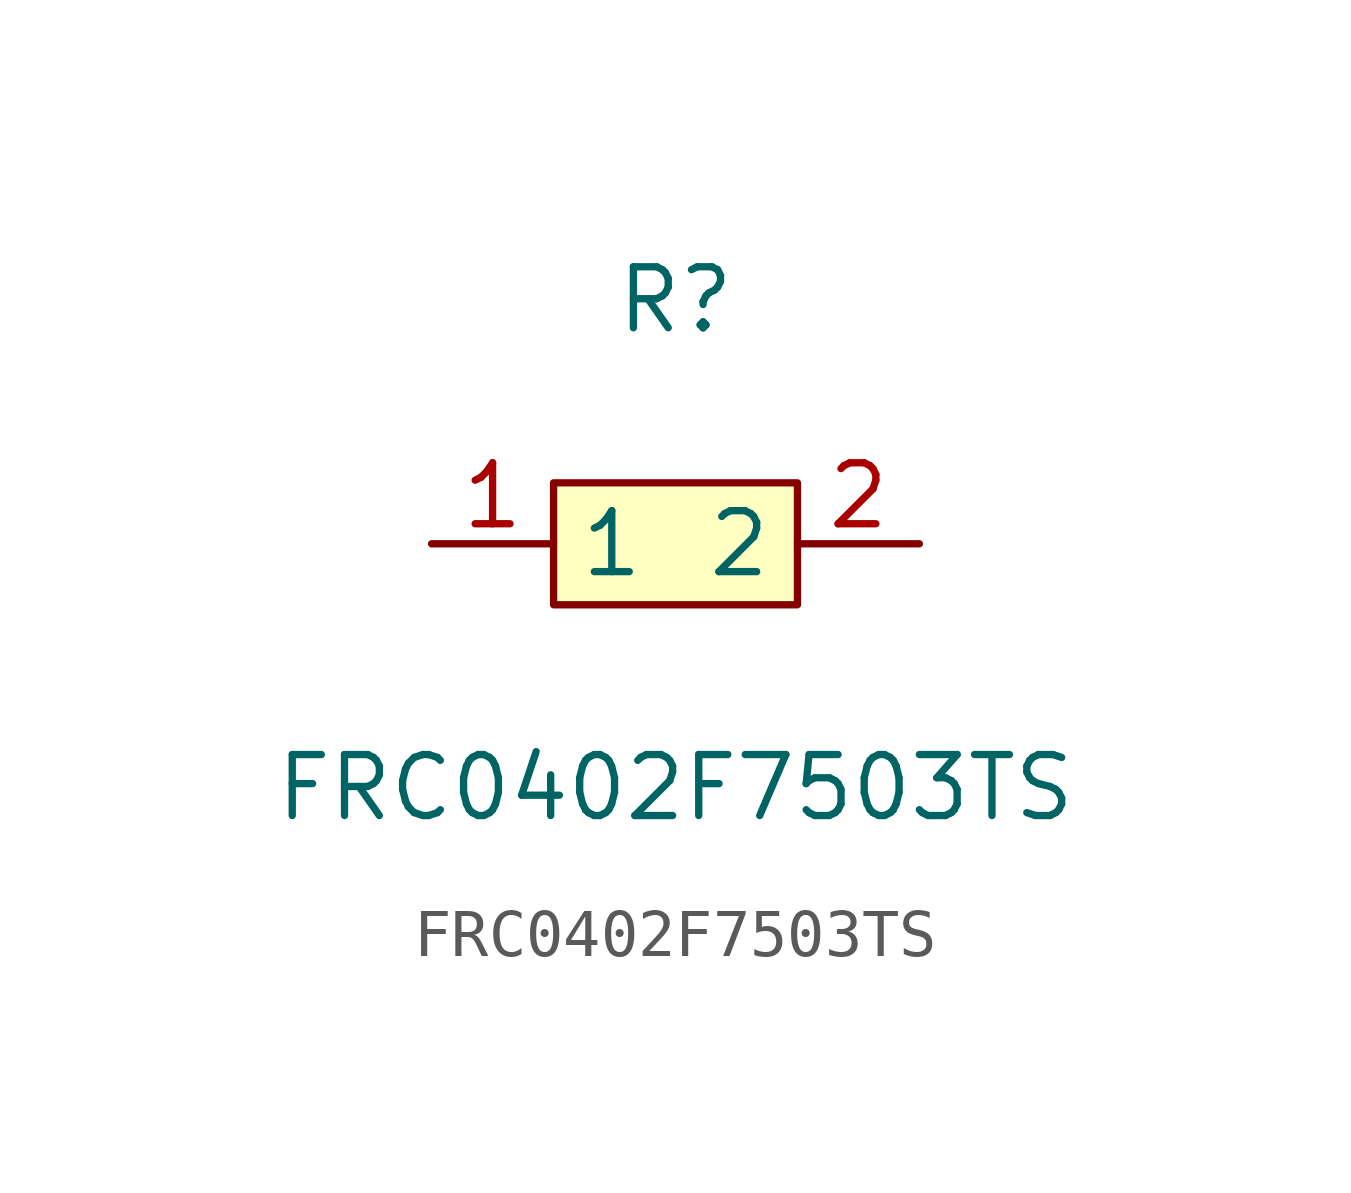
<source format=kicad_sym>
(kicad_symbol_lib
  (version 1)
  (generator "faebryk")
  (symbol "FRC0402F7503TS"
    (property "Reference" "R"
      (at 0 5.08 0)
      (effects (font (size 1.27 1.27)) (hide no)))
    (property "Value" "FRC0402F7503TS"
      (at 0 -5.08 0)
      (effects (font (size 1.27 1.27)) (hide no)))
    (symbol "FRC0402F7503TS_0_1"
      (rectangle (start -2.54 1.27) (end 2.54 -1.27) (stroke (width 0) (type default) (color 0 0 0 0)) (fill (type background)))
      (pin unspecified line (at 5.08 0 180) (length 2.54) (name "2" (effects (font (size 1.27 1.27)) (hide no))) (number "2" (effects (font (size 1.27 1.27)) (hide no))))
      (pin unspecified line (at -5.08 0 0) (length 2.54) (name "1" (effects (font (size 1.27 1.27)) (hide no))) (number "1" (effects (font (size 1.27 1.27)) (hide no)))))))
</source>
